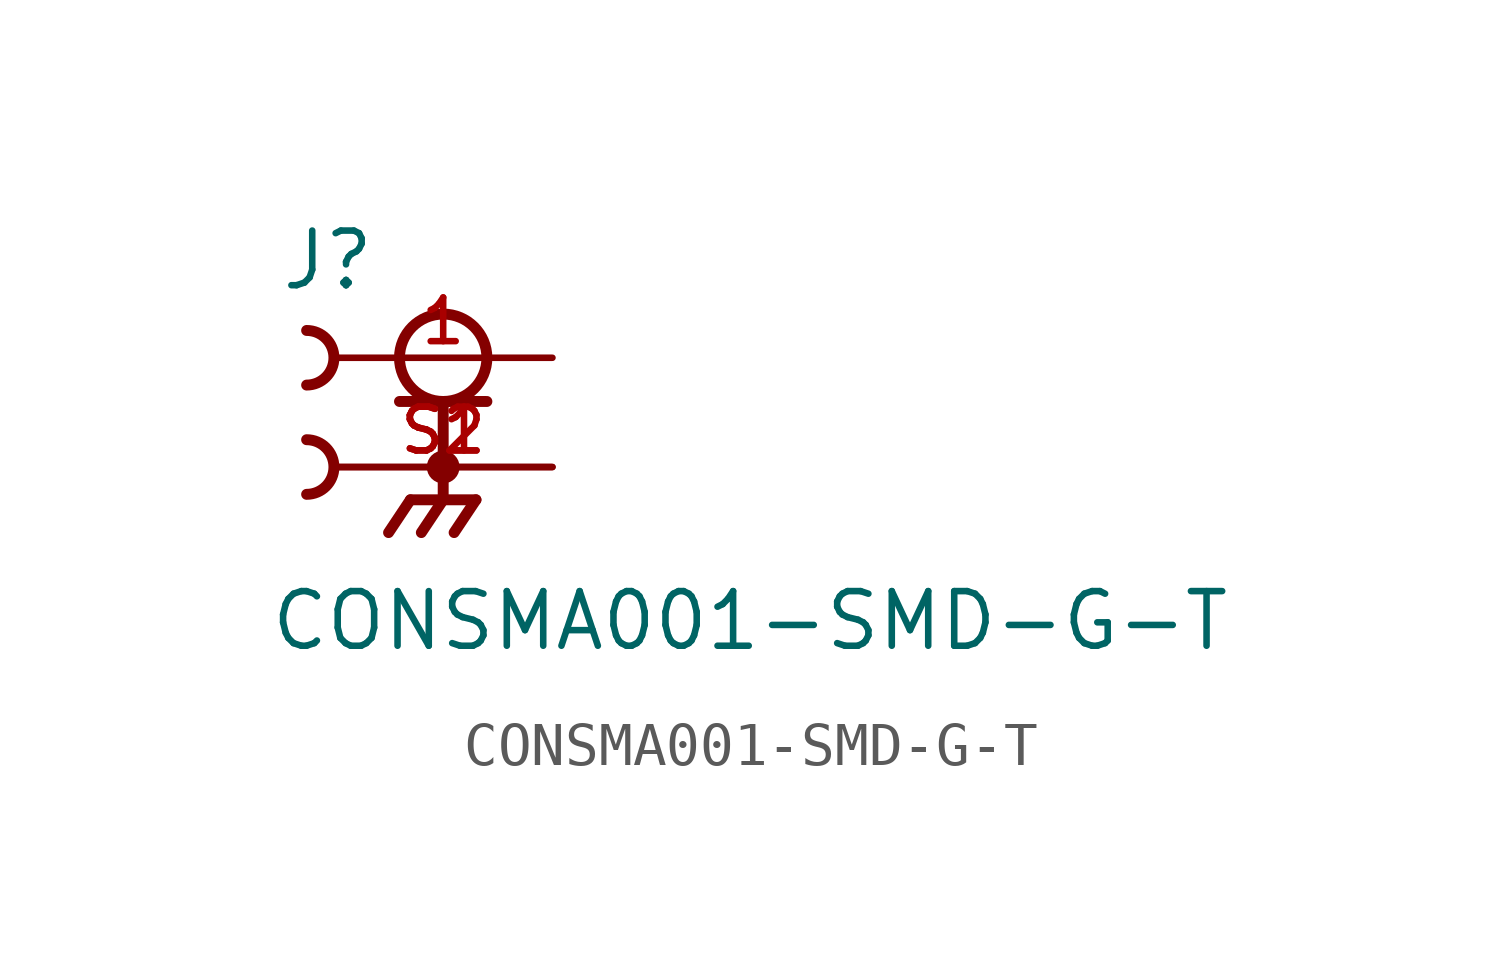
<source format=kicad_sym>
(kicad_symbol_lib
  (version 20211014)
  (generator kicad_symbol_editor)
  (symbol "CONSMA001-SMD-G-T"
    (pin_names
      (offset 1.016))
    (property "Reference" "J"
      (at -3.81 1.524 0)
      (effects (font (size 1.27 1.27)) (justify bottom left)))
    (property "Value" "CONSMA001-SMD-G-T"
      (at -4.064 -6.858 0)
      (effects (font (size 1.27 1.27)) (justify bottom left)))
    (symbol "CONSMA001-SMD-G-T_0_0"
      (circle (center 0.0 0.0) (radius 1.016) (stroke (width 0.254)) (fill (type none)))
      (polyline (pts (xy -1.016 -1.016) (xy 0.0 -1.016)) (stroke (width 0.254)))
      (polyline (pts (xy 0.0 -1.016) (xy 1.016 -1.016)) (stroke (width 0.254)))
      (polyline (pts (xy 0.0 -1.016) (xy 0.0 -3.302)) (stroke (width 0.254)))
      (circle (center 0.0 -2.54) (radius 0.254) (stroke (width 0.254)) (fill (type none)))
      (polyline (pts (xy 0.0 -3.302) (xy -0.762 -3.302)) (stroke (width 0.254)))
      (polyline (pts (xy 0.0 -3.302) (xy 0.762 -3.302)) (stroke (width 0.254)))
      (polyline (pts (xy -0.762 -3.302) (xy -1.27 -4.064)) (stroke (width 0.254)))
      (polyline (pts (xy 0.0 -3.302) (xy -0.508 -4.064)) (stroke (width 0.254)))
      (polyline (pts (xy 0.762 -3.302) (xy 0.254 -4.064)) (stroke (width 0.254)))
      (arc (start -3.175 0.635) (mid -2.54 -0.0) (end -3.175 -0.635) (stroke (width 0.254) (type default) (color 0 0 0 0)) (fill (type none)))
      (arc (start -3.175 -1.905) (mid -2.54 -2.54) (end -3.175 -3.175) (stroke (width 0.254) (type default) (color 0 0 0 0)) (fill (type none)))
      (pin passive line (at 2.54 0.0 180.0) (length 5.08) (name "~" (effects (font (size 1.016 1.016)))) (number "1" (effects (font (size 1.016 1.016)))))
      (pin passive line (at 2.54 -2.54 180.0) (length 5.08) (name "~" (effects (font (size 1.016 1.016)))) (number "S1" (effects (font (size 1.016 1.016)))))
      (pin passive line (at 2.54 -2.54 180.0) (length 5.08) (name "~" (effects (font (size 1.016 1.016)))) (number "S2" (effects (font (size 1.016 1.016))))))))
</source>
